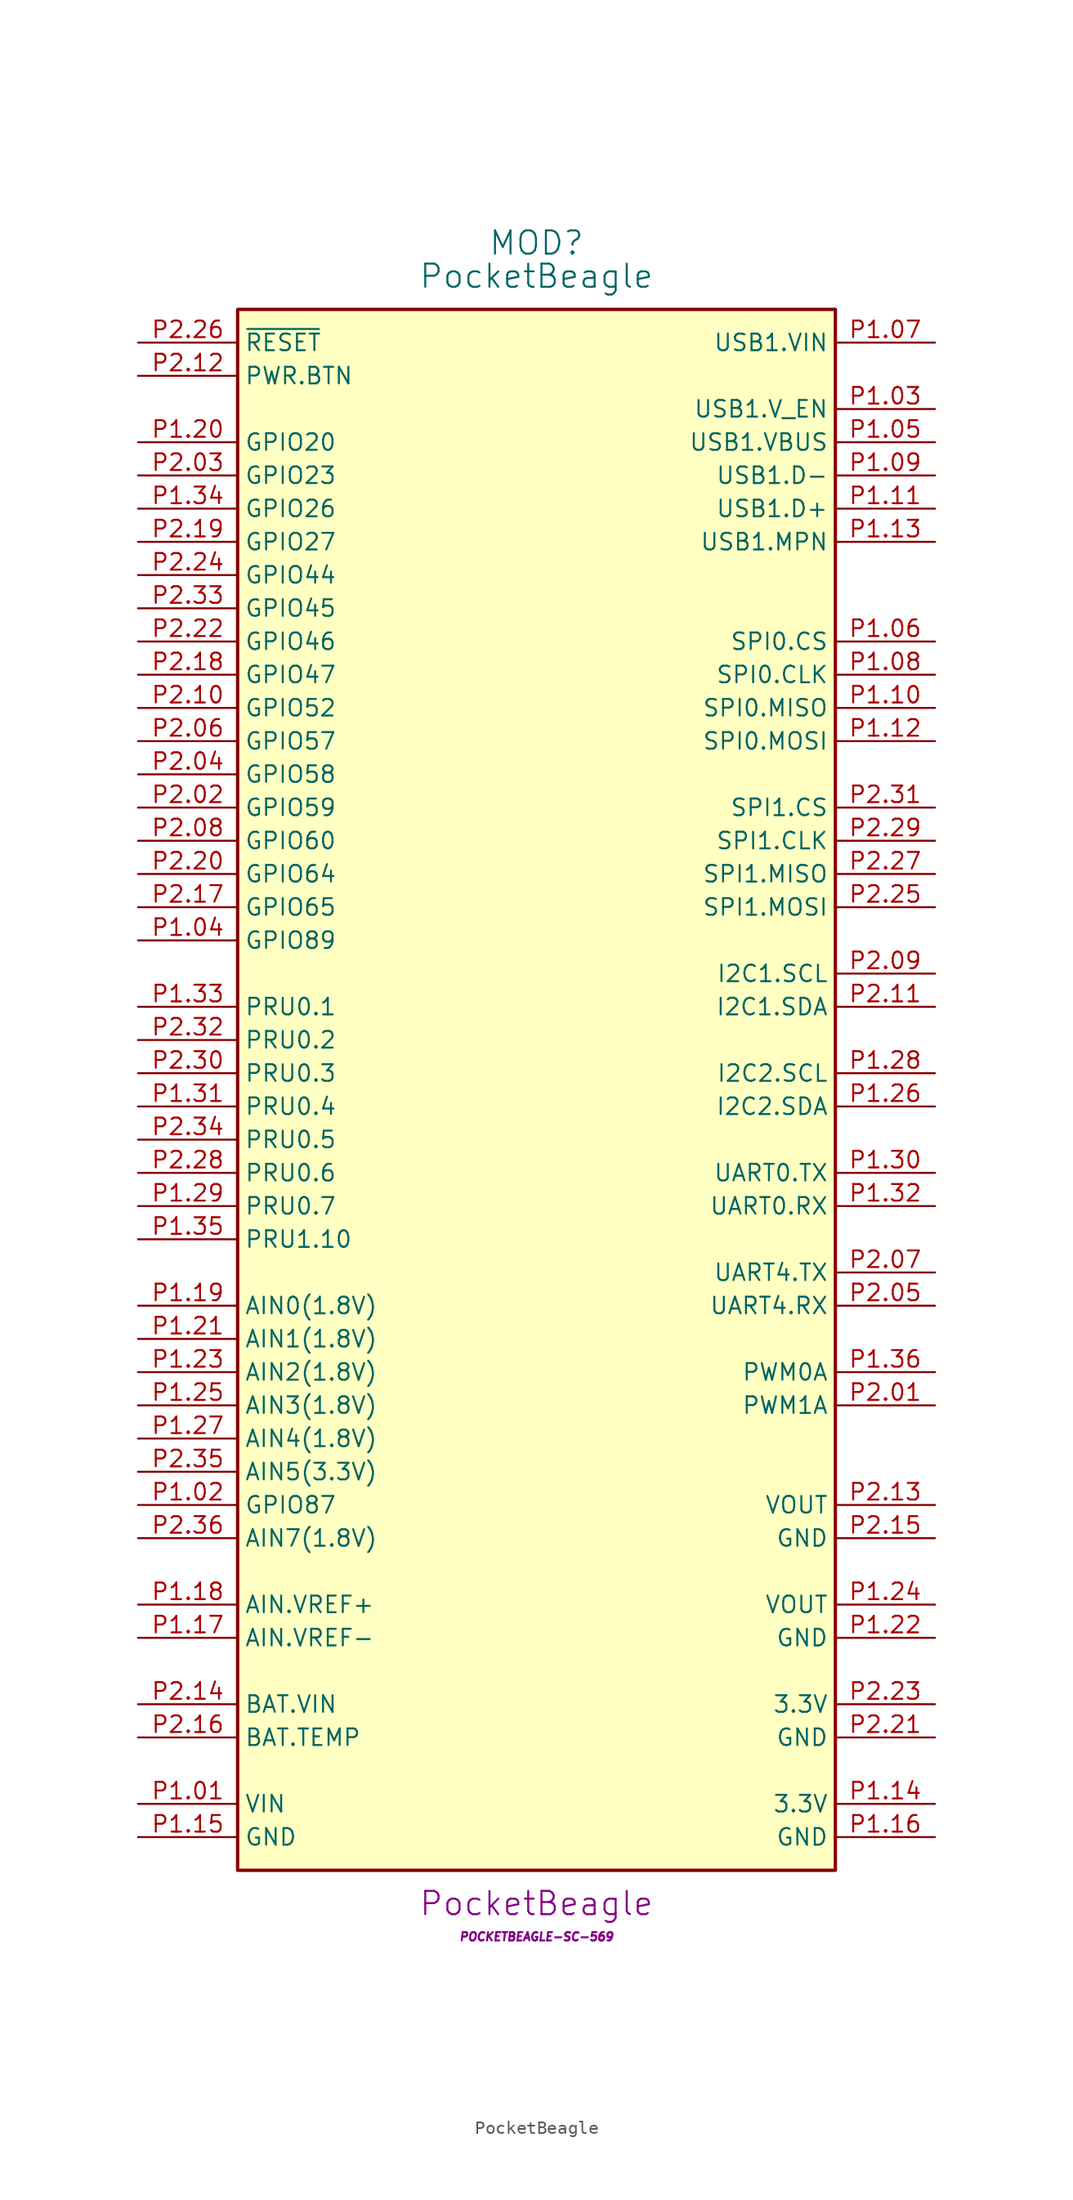
<source format=kicad_sym>
(kicad_symbol_lib
  (version 20201005)
  (generator kicad_symbol_editor)
  (symbol "MOD.MCU:PocketBeagle"
    (property "Reference" "MOD"
      (at 0 60.96 0)
      (effects (font (size 1.778 1.778))))
    (property "Value" "PocketBeagle"
      (at 0 58.42 0)
      (effects (font (size 1.778 1.778))))
    (property "Package" "PocketBeagle"
      (at 0 -66.04 0)
      (effects (font (size 1.778 1.778))))
    (property "MPN" "POCKETBEAGLE-SC-569"
      (at 0 -68.58 0)
      (effects (font (size 0.635 0.635) italic)))
    (symbol "PocketBeagle_0_1"
      (rectangle (start -22.86 55.88) (end 22.86 -63.5) (stroke (width 0.254)) (fill (type background))))
    (symbol "PocketBeagle_1_1"
      (pin power_in line (at -30.48 -58.42 0) (length 7.62) (name "VIN" (effects (font (size 1.27 1.27)))) (number "P1.01" (effects (font (size 1.27 1.27)))))
      (pin input line (at 30.48 25.4 180) (length 7.62) (name "SPI0.MISO" (effects (font (size 1.27 1.27)))) (number "P1.10" (effects (font (size 1.27 1.27)))) (alternate "GPIO3" bidirectional line) (alternate "UART2.TX" output line))
      (pin bidirectional line (at 30.48 40.64 180) (length 7.62) (name "USB1.D+" (effects (font (size 1.27 1.27)))) (number "P1.11" (effects (font (size 1.27 1.27)))))
      (pin output line (at 30.48 22.86 180) (length 7.62) (name "SPI0.MOSI" (effects (font (size 1.27 1.27)))) (number "P1.12" (effects (font (size 1.27 1.27)))) (alternate "GPIO4" bidirectional line) (alternate "PRU.RX" input line))
      (pin input line (at 30.48 38.1 180) (length 7.62) (name "USB1.MPN" (effects (font (size 1.27 1.27)))) (number "P1.13" (effects (font (size 1.27 1.27)))))
      (pin power_out line (at 30.48 -58.42 180) (length 7.62) (name "3.3V" (effects (font (size 1.27 1.27)))) (number "P1.14" (effects (font (size 1.27 1.27)))))
      (pin power_in line (at -30.48 -60.96 0) (length 7.62) (name "GND" (effects (font (size 1.27 1.27)))) (number "P1.15" (effects (font (size 1.27 1.27)))))
      (pin power_in line (at 30.48 -60.96 180) (length 7.62) (name "GND" (effects (font (size 1.27 1.27)))) (number "P1.16" (effects (font (size 1.27 1.27)))))
      (pin power_in line (at -30.48 -45.72 0) (length 7.62) (name "AIN.VREF-" (effects (font (size 1.27 1.27)))) (number "P1.17" (effects (font (size 1.27 1.27)))))
      (pin power_in line (at -30.48 -43.18 0) (length 7.62) (name "AIN.VREF+" (effects (font (size 1.27 1.27)))) (number "P1.18" (effects (font (size 1.27 1.27)))))
      (pin input line (at -30.48 -20.32 0) (length 7.62) (name "AIN0(1.8V)" (effects (font (size 1.27 1.27)))) (number "P1.19" (effects (font (size 1.27 1.27)))))
      (pin bidirectional line (at -30.48 -35.56 0) (length 7.62) (name "GPIO87" (effects (font (size 1.27 1.27)))) (number "P1.02" (effects (font (size 1.27 1.27)))) (alternate "AIN6(3.3V)" input line))
      (pin bidirectional line (at -30.48 45.72 0) (length 7.62) (name "GPIO20" (effects (font (size 1.27 1.27)))) (number "P1.20" (effects (font (size 1.27 1.27)))) (alternate "PRU0.16(in)" input line))
      (pin input line (at -30.48 -22.86 0) (length 7.62) (name "AIN1(1.8V)" (effects (font (size 1.27 1.27)))) (number "P1.21" (effects (font (size 1.27 1.27)))))
      (pin power_in line (at 30.48 -45.72 180) (length 7.62) (name "GND" (effects (font (size 1.27 1.27)))) (number "P1.22" (effects (font (size 1.27 1.27)))))
      (pin input line (at -30.48 -25.4 0) (length 7.62) (name "AIN2(1.8V)" (effects (font (size 1.27 1.27)))) (number "P1.23" (effects (font (size 1.27 1.27)))))
      (pin power_out line (at 30.48 -43.18 180) (length 7.62) (name "VOUT" (effects (font (size 1.27 1.27)))) (number "P1.24" (effects (font (size 1.27 1.27)))))
      (pin input line (at -30.48 -27.94 0) (length 7.62) (name "AIN3(1.8V)" (effects (font (size 1.27 1.27)))) (number "P1.25" (effects (font (size 1.27 1.27)))))
      (pin bidirectional line (at 30.48 -5.08 180) (length 7.62) (name "I2C2.SDA" (effects (font (size 1.27 1.27)))) (number "P1.26" (effects (font (size 1.27 1.27)))) (alternate "CAN0.TX" output line) (alternate "GPIO12" bidirectional line))
      (pin input line (at -30.48 -30.48 0) (length 7.62) (name "AIN4(1.8V)" (effects (font (size 1.27 1.27)))) (number "P1.27" (effects (font (size 1.27 1.27)))))
      (pin bidirectional line (at 30.48 -2.54 180) (length 7.62) (name "I2C2.SCL" (effects (font (size 1.27 1.27)))) (number "P1.28" (effects (font (size 1.27 1.27)))) (alternate "CAN0.RX" input line) (alternate "GPIO13" bidirectional line))
      (pin bidirectional line (at -30.48 -12.7 0) (length 7.62) (name "PRU0.7" (effects (font (size 1.27 1.27)))) (number "P1.29" (effects (font (size 1.27 1.27)))) (alternate "GPIO117" bidirectional line) (alternate "QEP0.STRB" bidirectional line))
      (pin output line (at 30.48 48.26 180) (length 7.62) (name "USB1.V_EN" (effects (font (size 1.27 1.27)))) (number "P1.03" (effects (font (size 1.27 1.27)))) (alternate "GPIO109" bidirectional line) (alternate "USB1.DRVVBUS" output line))
      (pin output line (at 30.48 -10.16 180) (length 7.62) (name "UART0.TX" (effects (font (size 1.27 1.27)))) (number "P1.30" (effects (font (size 1.27 1.27)))) (alternate "GPIO43" bidirectional line) (alternate "PRU1.15" bidirectional line))
      (pin bidirectional line (at -30.48 -5.08 0) (length 7.62) (name "PRU0.4" (effects (font (size 1.27 1.27)))) (number "P1.31" (effects (font (size 1.27 1.27)))) (alternate "GPIO114" bidirectional line) (alternate "QEP0.A" bidirectional line))
      (pin input line (at 30.48 -12.7 180) (length 7.62) (name "UART0.RX" (effects (font (size 1.27 1.27)))) (number "P1.32" (effects (font (size 1.27 1.27)))) (alternate "GPIO42" bidirectional line) (alternate "PRU1.14" bidirectional line))
      (pin bidirectional line (at -30.48 2.54 0) (length 7.62) (name "PRU0.1" (effects (font (size 1.27 1.27)))) (number "P1.33" (effects (font (size 1.27 1.27)))) (alternate "GPIO111" bidirectional line) (alternate "PWM0.B" output line))
      (pin bidirectional line (at -30.48 40.64 0) (length 7.62) (name "GPIO26" (effects (font (size 1.27 1.27)))) (number "P1.34" (effects (font (size 1.27 1.27)))))
      (pin bidirectional line (at -30.48 -15.24 0) (length 7.62) (name "PRU1.10" (effects (font (size 1.27 1.27)))) (number "P1.35" (effects (font (size 1.27 1.27)))) (alternate "GPIO88" bidirectional line))
      (pin output line (at 30.48 -25.4 180) (length 7.62) (name "PWM0A" (effects (font (size 1.27 1.27)))) (number "P1.36" (effects (font (size 1.27 1.27)))) (alternate "GPIO110" bidirectional line) (alternate "PRU0.0" bidirectional line))
      (pin output line (at 30.48 -27.94 180) (length 7.62) (name "PWM1A" (effects (font (size 1.27 1.27)))) (number "P2.01" (effects (font (size 1.27 1.27)))) (alternate "GPIO50" bidirectional line))
      (pin bidirectional line (at -30.48 17.78 0) (length 7.62) (name "GPIO59" (effects (font (size 1.27 1.27)))) (number "P2.02" (effects (font (size 1.27 1.27)))))
      (pin bidirectional line (at -30.48 43.18 0) (length 7.62) (name "GPIO23" (effects (font (size 1.27 1.27)))) (number "P2.03" (effects (font (size 1.27 1.27)))) (alternate "PWM2.B" output line))
      (pin bidirectional line (at -30.48 7.62 0) (length 7.62) (name "GPIO89" (effects (font (size 1.27 1.27)))) (number "P1.04" (effects (font (size 1.27 1.27)))))
      (pin bidirectional line (at -30.48 20.32 0) (length 7.62) (name "GPIO58" (effects (font (size 1.27 1.27)))) (number "P2.04" (effects (font (size 1.27 1.27)))))
      (pin input line (at 30.48 -20.32 180) (length 7.62) (name "UART4.RX" (effects (font (size 1.27 1.27)))) (number "P2.05" (effects (font (size 1.27 1.27)))) (alternate "GPIO30" bidirectional line))
      (pin bidirectional line (at -30.48 22.86 0) (length 7.62) (name "GPIO57" (effects (font (size 1.27 1.27)))) (number "P2.06" (effects (font (size 1.27 1.27)))))
      (pin output line (at 30.48 -17.78 180) (length 7.62) (name "UART4.TX" (effects (font (size 1.27 1.27)))) (number "P2.07" (effects (font (size 1.27 1.27)))) (alternate "GPIO31" bidirectional line))
      (pin bidirectional line (at -30.48 15.24 0) (length 7.62) (name "GPIO60" (effects (font (size 1.27 1.27)))) (number "P2.08" (effects (font (size 1.27 1.27)))))
      (pin bidirectional line (at 30.48 5.08 180) (length 7.62) (name "I2C1.SCL" (effects (font (size 1.27 1.27)))) (number "P2.09" (effects (font (size 1.27 1.27)))) (alternate "CAN1.RX" input line) (alternate "GPIO15" bidirectional line))
      (pin bidirectional line (at -30.48 25.4 0) (length 7.62) (name "GPIO52" (effects (font (size 1.27 1.27)))) (number "P2.10" (effects (font (size 1.27 1.27)))))
      (pin bidirectional line (at 30.48 2.54 180) (length 7.62) (name "I2C1.SDA" (effects (font (size 1.27 1.27)))) (number "P2.11" (effects (font (size 1.27 1.27)))) (alternate "CAN1.TX" output line) (alternate "GPIO14" bidirectional line))
      (pin input line (at -30.48 50.8 0) (length 7.62) (name "PWR.BTN" (effects (font (size 1.27 1.27)))) (number "P2.12" (effects (font (size 1.27 1.27)))))
      (pin power_out line (at 30.48 -35.56 180) (length 7.62) (name "VOUT" (effects (font (size 1.27 1.27)))) (number "P2.13" (effects (font (size 1.27 1.27)))))
      (pin input line (at 30.48 45.72 180) (length 7.62) (name "USB1.VBUS" (effects (font (size 1.27 1.27)))) (number "P1.05" (effects (font (size 1.27 1.27)))))
      (pin power_in line (at -30.48 -50.8 0) (length 7.62) (name "BAT.VIN" (effects (font (size 1.27 1.27)))) (number "P2.14" (effects (font (size 1.27 1.27)))))
      (pin power_in line (at 30.48 -38.1 180) (length 7.62) (name "GND" (effects (font (size 1.27 1.27)))) (number "P2.15" (effects (font (size 1.27 1.27)))))
      (pin passive line (at -30.48 -53.34 0) (length 7.62) (name "BAT.TEMP" (effects (font (size 1.27 1.27)))) (number "P2.16" (effects (font (size 1.27 1.27)))))
      (pin bidirectional line (at -30.48 10.16 0) (length 7.62) (name "GPIO65" (effects (font (size 1.27 1.27)))) (number "P2.17" (effects (font (size 1.27 1.27)))))
      (pin bidirectional line (at -30.48 27.94 0) (length 7.62) (name "GPIO47" (effects (font (size 1.27 1.27)))) (number "P2.18" (effects (font (size 1.27 1.27)))) (alternate "PRU0.15(in)" input line) (alternate "QEP2.STRB" bidirectional line))
      (pin bidirectional line (at -30.48 38.1 0) (length 7.62) (name "GPIO27" (effects (font (size 1.27 1.27)))) (number "P2.19" (effects (font (size 1.27 1.27)))))
      (pin bidirectional line (at -30.48 12.7 0) (length 7.62) (name "GPIO64" (effects (font (size 1.27 1.27)))) (number "P2.20" (effects (font (size 1.27 1.27)))))
      (pin power_in line (at 30.48 -53.34 180) (length 7.62) (name "GND" (effects (font (size 1.27 1.27)))) (number "P2.21" (effects (font (size 1.27 1.27)))))
      (pin bidirectional line (at -30.48 30.48 0) (length 7.62) (name "GPIO46" (effects (font (size 1.27 1.27)))) (number "P2.22" (effects (font (size 1.27 1.27)))) (alternate "PRU0.14(in)" input line) (alternate "QEP.IDX" bidirectional line))
      (pin power_out line (at 30.48 -50.8 180) (length 7.62) (name "3.3V" (effects (font (size 1.27 1.27)))) (number "P2.23" (effects (font (size 1.27 1.27)))))
      (pin bidirectional line (at 30.48 30.48 180) (length 7.62) (name "SPI0.CS" (effects (font (size 1.27 1.27)))) (number "P1.06" (effects (font (size 1.27 1.27)))) (alternate "GPIO5" bidirectional line) (alternate "PRU.TX" output line))
      (pin bidirectional line (at -30.48 35.56 0) (length 7.62) (name "GPIO44" (effects (font (size 1.27 1.27)))) (number "P2.24" (effects (font (size 1.27 1.27)))) (alternate "PRU0.14(out)" output line) (alternate "QEP2.A" bidirectional line))
      (pin output line (at 30.48 10.16 180) (length 7.62) (name "SPI1.MOSI" (effects (font (size 1.27 1.27)))) (number "P2.25" (effects (font (size 1.27 1.27)))) (alternate "CAN1.RX" input line) (alternate "GPIO41" bidirectional line))
      (pin input line (at -30.48 53.34 0) (length 7.62) (name "~RESET" (effects (font (size 1.27 1.27)))) (number "P2.26" (effects (font (size 1.27 1.27)))))
      (pin input line (at 30.48 12.7 180) (length 7.62) (name "SPI1.MISO" (effects (font (size 1.27 1.27)))) (number "P2.27" (effects (font (size 1.27 1.27)))) (alternate "CAN1.TX" output line) (alternate "GPIO40" bidirectional line))
      (pin bidirectional line (at -30.48 -10.16 0) (length 7.62) (name "PRU0.6" (effects (font (size 1.27 1.27)))) (number "P2.28" (effects (font (size 1.27 1.27)))) (alternate "GPIO116" bidirectional line) (alternate "QEP0.IDX" bidirectional line))
      (pin output line (at 30.48 15.24 180) (length 7.62) (name "SPI1.CLK" (effects (font (size 1.27 1.27)))) (number "P2.29" (effects (font (size 1.27 1.27)))) (alternate "GPIO7" bidirectional line) (alternate "PRU.ECAP" bidirectional line))
      (pin bidirectional line (at -30.48 -2.54 0) (length 7.62) (name "PRU0.3" (effects (font (size 1.27 1.27)))) (number "P2.30" (effects (font (size 1.27 1.27)))) (alternate "GPIO113" bidirectional line))
      (pin bidirectional line (at 30.48 17.78 180) (length 7.62) (name "SPI1.CS" (effects (font (size 1.27 1.27)))) (number "P2.31" (effects (font (size 1.27 1.27)))) (alternate "GPIO19" bidirectional line) (alternate "PRU1.16(in)" input line))
      (pin bidirectional line (at -30.48 0 0) (length 7.62) (name "PRU0.2" (effects (font (size 1.27 1.27)))) (number "P2.32" (effects (font (size 1.27 1.27)))) (alternate "GPIO112" bidirectional line))
      (pin bidirectional line (at -30.48 33.02 0) (length 7.62) (name "GPIO45" (effects (font (size 1.27 1.27)))) (number "P2.33" (effects (font (size 1.27 1.27)))) (alternate "PRU0.15(out)" output line) (alternate "QEP2.B" bidirectional line))
      (pin power_in line (at 30.48 53.34 180) (length 7.62) (name "USB1.VIN" (effects (font (size 1.27 1.27)))) (number "P1.07" (effects (font (size 1.27 1.27)))))
      (pin bidirectional line (at -30.48 -7.62 0) (length 7.62) (name "PRU0.5" (effects (font (size 1.27 1.27)))) (number "P2.34" (effects (font (size 1.27 1.27)))) (alternate "GPIO115" bidirectional line) (alternate "QEP0.B" bidirectional line))
      (pin input line (at -30.48 -33.02 0) (length 7.62) (name "AIN5(3.3V)" (effects (font (size 1.27 1.27)))) (number "P2.35" (effects (font (size 1.27 1.27)))) (alternate "PRU1.8" bidirectional line))
      (pin input line (at -30.48 -38.1 0) (length 7.62) (name "AIN7(1.8V)" (effects (font (size 1.27 1.27)))) (number "P2.36" (effects (font (size 1.27 1.27)))))
      (pin output line (at 30.48 27.94 180) (length 7.62) (name "SPI0.CLK" (effects (font (size 1.27 1.27)))) (number "P1.08" (effects (font (size 1.27 1.27)))) (alternate "GPIO2" bidirectional line) (alternate "UART2.RX" input line))
      (pin bidirectional line (at 30.48 43.18 180) (length 7.62) (name "USB1.D-" (effects (font (size 1.27 1.27)))) (number "P1.09" (effects (font (size 1.27 1.27))))))))
</source>
